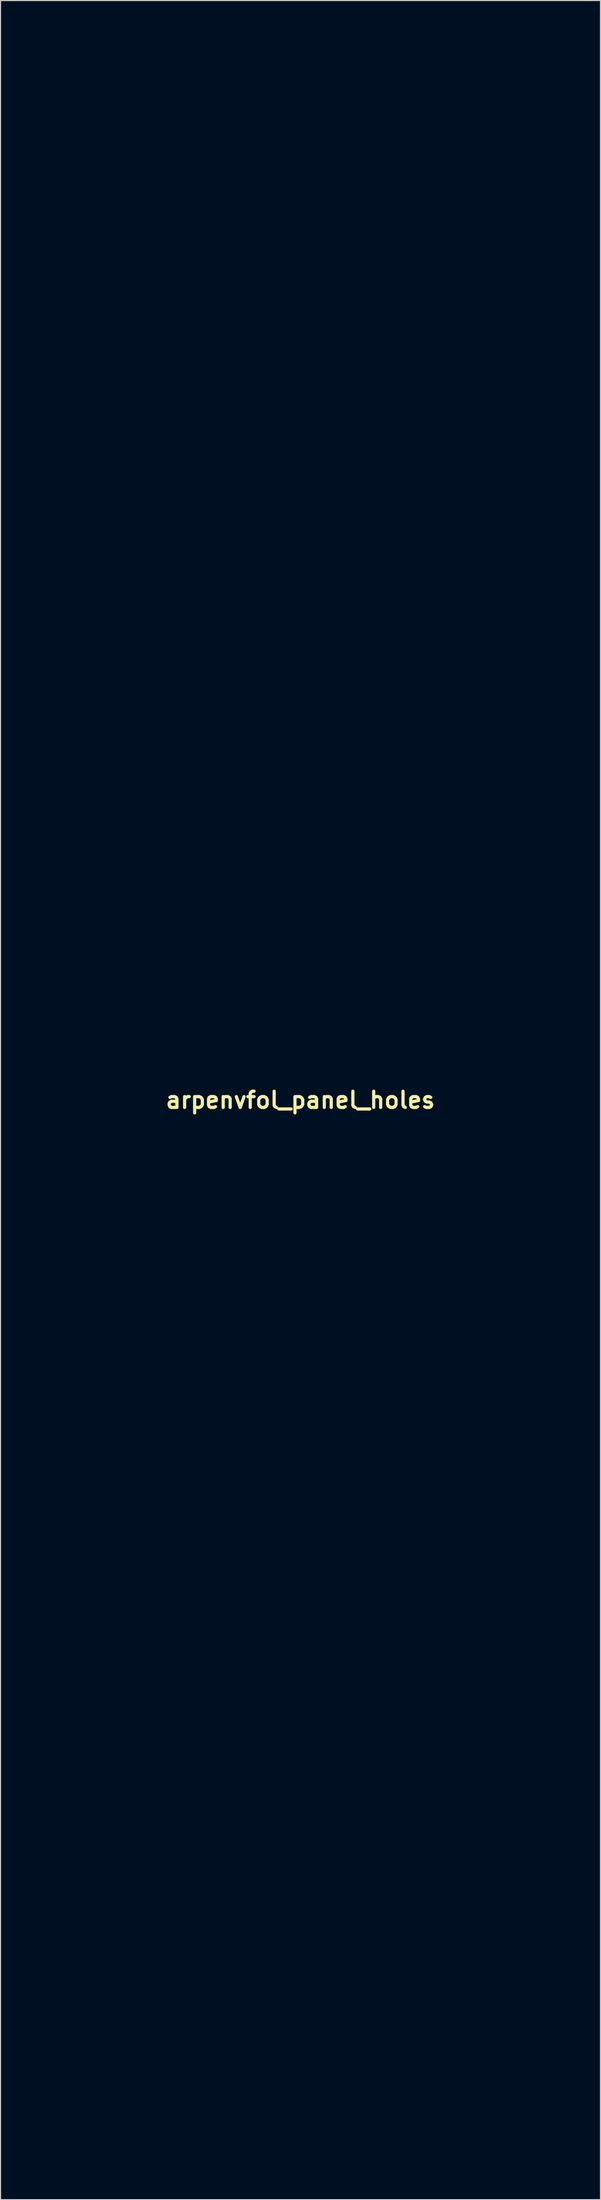
<source format=kicad_pcb>
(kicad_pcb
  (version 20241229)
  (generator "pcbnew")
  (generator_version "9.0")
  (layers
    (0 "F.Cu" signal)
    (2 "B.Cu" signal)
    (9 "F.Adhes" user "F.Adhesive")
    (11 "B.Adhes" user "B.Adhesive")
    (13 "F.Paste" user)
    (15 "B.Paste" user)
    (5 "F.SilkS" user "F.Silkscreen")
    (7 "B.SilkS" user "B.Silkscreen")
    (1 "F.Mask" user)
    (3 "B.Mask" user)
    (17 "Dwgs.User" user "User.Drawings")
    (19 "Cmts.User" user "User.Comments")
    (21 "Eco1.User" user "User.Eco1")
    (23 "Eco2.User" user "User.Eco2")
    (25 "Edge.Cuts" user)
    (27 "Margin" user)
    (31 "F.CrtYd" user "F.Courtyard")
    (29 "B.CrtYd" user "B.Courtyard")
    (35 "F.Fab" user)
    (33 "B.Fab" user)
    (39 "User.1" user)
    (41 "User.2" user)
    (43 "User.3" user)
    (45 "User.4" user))
  (footprint "arpenvfol_panel_holes"
    (layer "F.Cu")
    (at 25.196 100.277)
    (property "Reference" "arpenvfol_panel_holes" (at 0 0 0) (layer "F.SilkS") (effects (font (size 1.524 1.524) (thickness 0.3))))
    (attr board_only exclude_from_pos_files exclude_from_bom)
    (fp_poly (pts (xy -11.167 26.659) (xy -11.086 26.69) (xy -10.982 26.767) (xy -10.914 26.868) (xy -10.883 26.983) (xy -10.888 27.101) (xy -10.929 27.211) (xy -11.007 27.305) (xy -11.092 27.359) (xy -11.191 27.396) (xy -11.27 27.404) (xy -11.352 27.381) (xy -11.415 27.351) (xy -11.521 27.272) (xy -11.589 27.17) (xy -11.618 27.054) (xy -11.615 27.011) (xy -11.505 27.011) (xy -11.263 27.03) (xy -11.259 27.162) (xy -11.254 27.294) (xy -11.245 27.161) (xy -11.235 27.027) (xy -10.996 27.018) (xy -11.238 26.999) (xy -11.243 26.88) (xy -11.247 26.76) (xy -11.257 26.881) (xy -11.266 27.002) (xy -11.505 27.011) (xy -11.615 27.011) (xy -11.609 26.936) (xy -11.561 26.825) (xy -11.475 26.731) (xy -11.416 26.693) (xy -11.291 26.651)) (stroke (width 0.1) (type solid)) (fill no) (layer "Eco1.User"))
    (fp_poly (pts (xy -13.627 26.679) (xy -13.614 26.683) (xy -13.506 26.748) (xy -13.43 26.843) (xy -13.387 26.955) (xy -13.382 27.075) (xy -13.419 27.189) (xy -13.443 27.227) (xy -13.54 27.323) (xy -13.654 27.383) (xy -13.773 27.403) (xy -13.882 27.381) (xy -13.996 27.31) (xy -14.075 27.212) (xy -14.117 27.097) (xy -14.119 27.009) (xy -13.997 27.009) (xy -13.882 27.025) (xy -13.812 27.036) (xy -13.777 27.057) (xy -13.762 27.102) (xy -13.756 27.154) (xy -13.744 27.269) (xy -13.736 27.148) (xy -13.727 27.027) (xy -13.608 27.023) (xy -13.488 27.018) (xy -13.609 27.009) (xy -13.73 26.999) (xy -13.734 26.88) (xy -13.739 26.76) (xy -13.748 26.881) (xy -13.758 27.002) (xy -13.877 27.006) (xy -13.997 27.009) (xy -14.119 27.009) (xy -14.12 26.976) (xy -14.082 26.859) (xy -14.002 26.756) (xy -13.997 26.751) (xy -13.882 26.677) (xy -13.76 26.653)) (stroke (width 0.1) (type solid)) (fill no) (layer "Eco1.User"))
    (fp_poly (pts (xy -20.377 95.492) (xy -20.111 95.494) (xy -19.855 95.496) (xy -19.615 95.5) (xy -19.397 95.504) (xy -19.205 95.51) (xy -19.045 95.516) (xy -18.923 95.524) (xy -18.844 95.533) (xy -18.828 95.536) (xy -18.563 95.629) (xy -18.321 95.765) (xy -18.105 95.939) (xy -17.922 96.146) (xy -17.775 96.381) (xy -17.67 96.639) (xy -17.653 96.7) (xy -17.618 96.903) (xy -17.611 97.127) (xy -17.631 97.354) (xy -17.677 97.561) (xy -17.681 97.576) (xy -17.791 97.836) (xy -17.942 98.069) (xy -18.128 98.271) (xy -18.347 98.439) (xy -18.593 98.567) (xy -18.863 98.654) (xy -18.97 98.675) (xy -19.027 98.68) (xy -19.129 98.684) (xy -19.27 98.688) (xy -19.445 98.691) (xy -19.649 98.694) (xy -19.874 98.696) (xy -20.116 98.697) (xy -20.37 98.698) (xy -20.628 98.698) (xy -20.887 98.698) (xy -21.139 98.697) (xy -21.38 98.696) (xy -21.603 98.693) (xy -21.803 98.691) (xy -21.975 98.687) (xy -22.112 98.684) (xy -22.209 98.679) (xy -22.258 98.675) (xy -22.528 98.605) (xy -22.78 98.492) (xy -23.007 98.34) (xy -23.204 98.153) (xy -23.366 97.936) (xy -23.434 97.812) (xy -23.514 97.631) (xy -23.566 97.469) (xy -23.595 97.306) (xy -23.606 97.122) (xy -23.606 97.074) (xy -23.581 96.802) (xy -23.51 96.542) (xy -23.397 96.299) (xy -23.246 96.079) (xy -23.062 95.886) (xy -22.848 95.727) (xy -22.609 95.605) (xy -22.386 95.535) (xy -22.321 95.526) (xy -22.211 95.518) (xy -22.062 95.511) (xy -21.879 95.506) (xy -21.667 95.501) (xy -21.433 95.497) (xy -21.181 95.494) (xy -20.918 95.493) (xy -20.648 95.492)) (stroke (width 0.1) (type solid)) (fill no) (layer "Eco1.User"))
    (fp_poly (pts (xy 21.003 95.497) (xy 21.336 95.498) (xy 21.62 95.5) (xy 21.858 95.503) (xy 22.05 95.507) (xy 22.198 95.512) (xy 22.303 95.517) (xy 22.367 95.524) (xy 22.376 95.525) (xy 22.627 95.603) (xy 22.865 95.726) (xy 23.084 95.888) (xy 23.275 96.084) (xy 23.402 96.261) (xy 23.526 96.507) (xy 23.602 96.771) (xy 23.63 97.051) (xy 23.63 97.062) (xy 23.625 97.255) (xy 23.603 97.42) (xy 23.56 97.577) (xy 23.49 97.747) (xy 23.46 97.812) (xy 23.322 98.039) (xy 23.143 98.242) (xy 22.929 98.415) (xy 22.686 98.554) (xy 22.451 98.644) (xy 22.417 98.652) (xy 22.376 98.66) (xy 22.323 98.666) (xy 22.255 98.672) (xy 22.167 98.676) (xy 22.056 98.68) (xy 21.918 98.683) (xy 21.748 98.685) (xy 21.542 98.687) (xy 21.297 98.689) (xy 21.009 98.69) (xy 20.709 98.691) (xy 20.424 98.692) (xy 20.151 98.692) (xy 19.895 98.691) (xy 19.66 98.69) (xy 19.452 98.688) (xy 19.275 98.685) (xy 19.133 98.682) (xy 19.033 98.678) (xy 18.977 98.674) (xy 18.974 98.674) (xy 18.703 98.602) (xy 18.451 98.487) (xy 18.224 98.331) (xy 18.026 98.139) (xy 17.863 97.916) (xy 17.739 97.666) (xy 17.707 97.576) (xy 17.659 97.37) (xy 17.637 97.144) (xy 17.642 96.919) (xy 17.675 96.714) (xy 17.678 96.7) (xy 17.772 96.439) (xy 17.909 96.198) (xy 18.084 95.984) (xy 18.291 95.803) (xy 18.522 95.662) (xy 18.588 95.63) (xy 18.647 95.602) (xy 18.705 95.579) (xy 18.764 95.559) (xy 18.83 95.543) (xy 18.906 95.53) (xy 18.997 95.519) (xy 19.107 95.511) (xy 19.24 95.506) (xy 19.4 95.502) (xy 19.592 95.499) (xy 19.819 95.498) (xy 20.086 95.497) (xy 20.397 95.497) (xy 20.621 95.497)) (stroke (width 0.1) (type solid)) (fill no) (layer "Eco1.User"))
    (fp_poly (pts (xy 20.367 -98.697) (xy 20.707 -98.695) (xy 20.749 -98.695) (xy 21.08 -98.693) (xy 21.365 -98.691) (xy 21.608 -98.689) (xy 21.812 -98.686) (xy 21.984 -98.682) (xy 22.126 -98.677) (xy 22.243 -98.669) (xy 22.34 -98.66) (xy 22.421 -98.647) (xy 22.49 -98.631) (xy 22.552 -98.612) (xy 22.61 -98.589) (xy 22.67 -98.562) (xy 22.736 -98.529) (xy 22.781 -98.507) (xy 22.982 -98.383) (xy 23.169 -98.218) (xy 23.332 -98.025) (xy 23.458 -97.815) (xy 23.46 -97.812) (xy 23.539 -97.633) (xy 23.591 -97.473) (xy 23.62 -97.313) (xy 23.63 -97.131) (xy 23.63 -97.062) (xy 23.604 -96.779) (xy 23.531 -96.515) (xy 23.41 -96.271) (xy 23.243 -96.045) (xy 23.051 -95.857) (xy 22.922 -95.764) (xy 22.764 -95.675) (xy 22.594 -95.597) (xy 22.433 -95.541) (xy 22.362 -95.524) (xy 22.309 -95.519) (xy 22.21 -95.514) (xy 22.072 -95.509) (xy 21.9 -95.505) (xy 21.7 -95.501) (xy 21.477 -95.497) (xy 21.236 -95.494) (xy 20.984 -95.492) (xy 20.726 -95.49) (xy 20.468 -95.488) (xy 20.215 -95.488) (xy 19.972 -95.488) (xy 19.746 -95.488) (xy 19.543 -95.49) (xy 19.366 -95.492) (xy 19.224 -95.495) (xy 19.12 -95.499) (xy 19.078 -95.501) (xy 18.81 -95.55) (xy 18.557 -95.644) (xy 18.324 -95.78) (xy 18.116 -95.952) (xy 17.938 -96.157) (xy 17.796 -96.39) (xy 17.693 -96.647) (xy 17.678 -96.7) (xy 17.644 -96.903) (xy 17.637 -97.127) (xy 17.656 -97.354) (xy 17.702 -97.561) (xy 17.707 -97.576) (xy 17.814 -97.828) (xy 17.962 -98.059) (xy 18.145 -98.262) (xy 18.359 -98.431) (xy 18.595 -98.561) (xy 18.693 -98.6) (xy 18.756 -98.62) (xy 18.818 -98.638) (xy 18.884 -98.653) (xy 18.959 -98.666) (xy 19.047 -98.676) (xy 19.151 -98.684) (xy 19.277 -98.69) (xy 19.428 -98.694) (xy 19.608 -98.697) (xy 19.822 -98.698) (xy 20.074 -98.698)) (stroke (width 0.1) (type solid)) (fill no) (layer "Eco1.User"))
    (fp_poly (pts (xy -19.605 -98.697) (xy -19.421 -98.694) (xy -19.267 -98.69) (xy -19.139 -98.685) (xy -19.032 -98.677) (xy -18.943 -98.667) (xy -18.867 -98.655) (xy -18.8 -98.64) (xy -18.737 -98.622) (xy -18.675 -98.602) (xy -18.668 -98.6) (xy -18.424 -98.487) (xy -18.2 -98.333) (xy -18.004 -98.142) (xy -17.842 -97.921) (xy -17.718 -97.677) (xy -17.681 -97.576) (xy -17.633 -97.366) (xy -17.611 -97.136) (xy -17.618 -96.906) (xy -17.654 -96.697) (xy -17.654 -96.696) (xy -17.738 -96.465) (xy -17.862 -96.242) (xy -18.018 -96.036) (xy -18.2 -95.857) (xy -18.398 -95.714) (xy -18.484 -95.667) (xy -18.555 -95.633) (xy -18.618 -95.604) (xy -18.68 -95.579) (xy -18.743 -95.559) (xy -18.813 -95.542) (xy -18.894 -95.528) (xy -18.99 -95.518) (xy -19.106 -95.509) (xy -19.246 -95.503) (xy -19.415 -95.499) (xy -19.617 -95.496) (xy -19.856 -95.494) (xy -20.136 -95.492) (xy -20.463 -95.491) (xy -20.483 -95.491) (xy -20.758 -95.49) (xy -21.019 -95.489) (xy -21.263 -95.489) (xy -21.485 -95.489) (xy -21.679 -95.489) (xy -21.84 -95.489) (xy -21.965 -95.49) (xy -22.048 -95.491) (xy -22.082 -95.492) (xy -22.37 -95.533) (xy -22.638 -95.622) (xy -22.885 -95.756) (xy -23.111 -95.938) (xy -23.161 -95.986) (xy -23.34 -96.204) (xy -23.474 -96.443) (xy -23.562 -96.703) (xy -23.602 -96.98) (xy -23.605 -97.062) (xy -23.6 -97.255) (xy -23.578 -97.42) (xy -23.534 -97.577) (xy -23.465 -97.747) (xy -23.434 -97.812) (xy -23.296 -98.039) (xy -23.118 -98.242) (xy -22.904 -98.415) (xy -22.661 -98.553) (xy -22.425 -98.644) (xy -22.391 -98.653) (xy -22.349 -98.66) (xy -22.294 -98.667) (xy -22.224 -98.672) (xy -22.133 -98.677) (xy -22.018 -98.681) (xy -21.875 -98.684) (xy -21.7 -98.687) (xy -21.488 -98.689) (xy -21.236 -98.692) (xy -20.94 -98.694) (xy -20.724 -98.695) (xy -20.378 -98.697) (xy -20.08 -98.698) (xy -19.823 -98.698)) (stroke (width 0.1) (type solid)) (fill no) (layer "Eco1.User"))
    (fp_poly (pts (xy 0.143 -8.301) (xy 0.355 -8.292) (xy 0.543 -8.275) (xy 0.661 -8.256) (xy 1.069 -8.15) (xy 1.456 -7.999) (xy 1.818 -7.807) (xy 2.153 -7.576) (xy 2.458 -7.31) (xy 2.731 -7.011) (xy 2.968 -6.682) (xy 3.166 -6.327) (xy 3.324 -5.947) (xy 3.437 -5.546) (xy 3.47 -5.381) (xy 3.492 -5.203) (xy 3.504 -4.993) (xy 3.507 -4.768) (xy 3.5 -4.547) (xy 3.483 -4.346) (xy 3.471 -4.258) (xy 3.38 -3.851) (xy 3.244 -3.463) (xy 3.064 -3.095) (xy 2.845 -2.753) (xy 2.589 -2.439) (xy 2.298 -2.156) (xy 1.976 -1.908) (xy 1.625 -1.698) (xy 1.248 -1.529) (xy 1.144 -1.492) (xy 0.872 -1.415) (xy 0.574 -1.357) (xy 0.266 -1.32) (xy -0.036 -1.306) (xy -0.314 -1.318) (xy -0.361 -1.322) (xy -0.776 -1.395) (xy -1.173 -1.513) (xy -1.549 -1.675) (xy -1.901 -1.877) (xy -2.226 -2.118) (xy -2.521 -2.395) (xy -2.783 -2.704) (xy -3.009 -3.044) (xy -3.196 -3.412) (xy -3.342 -3.805) (xy -3.386 -3.96) (xy -3.437 -4.215) (xy -3.47 -4.5) (xy -3.478 -4.678) (xy -2.492 -4.678) (xy -0.127 -4.678) (xy -0.127 -2.314) (xy 0.153 -2.314) (xy 0.153 -4.678) (xy 2.517 -4.678) (xy 2.517 -4.933) (xy 0.153 -4.933) (xy 0.153 -7.297) (xy -0.127 -7.297) (xy -0.127 -4.933) (xy -2.492 -4.933) (xy -2.492 -4.678) (xy -3.478 -4.678) (xy -3.484 -4.795) (xy -3.477 -5.084) (xy -3.45 -5.348) (xy -3.447 -5.368) (xy -3.354 -5.776) (xy -3.216 -6.166) (xy -3.033 -6.534) (xy -2.809 -6.879) (xy -2.546 -7.195) (xy -2.245 -7.482) (xy -1.911 -7.734) (xy -1.543 -7.95) (xy -1.511 -7.966) (xy -1.377 -8.026) (xy -1.209 -8.089) (xy -1.024 -8.151) (xy -0.839 -8.206) (xy -0.67 -8.248) (xy -0.648 -8.253) (xy -0.489 -8.277) (xy -0.294 -8.293) (xy -0.079 -8.301)) (stroke (width 0.1) (type solid)) (fill no) (layer "Eco1.User"))
    (fp_poly (pts (xy 13.024 70.097) (xy 13.512 70.169) (xy 13.984 70.286) (xy 14.437 70.447) (xy 14.868 70.648) (xy 15.277 70.889) (xy 15.659 71.167) (xy 16.013 71.48) (xy 16.337 71.826) (xy 16.627 72.203) (xy 16.882 72.608) (xy 17.098 73.041) (xy 17.275 73.497) (xy 17.408 73.977) (xy 17.48 74.358) (xy 17.503 74.56) (xy 17.517 74.796) (xy 17.522 75.05) (xy 17.518 75.305) (xy 17.506 75.545) (xy 17.484 75.755) (xy 17.481 75.78) (xy 17.383 76.274) (xy 17.239 76.749) (xy 17.053 77.202) (xy 16.825 77.631) (xy 16.558 78.033) (xy 16.254 78.407) (xy 15.917 78.75) (xy 15.547 79.059) (xy 15.148 79.332) (xy 14.721 79.566) (xy 14.269 79.76) (xy 13.795 79.911) (xy 13.507 79.978) (xy 13.177 80.03) (xy 12.817 80.061) (xy 12.445 80.069) (xy 12.217 80.062) (xy 11.738 80.012) (xy 11.265 79.913) (xy 10.801 79.767) (xy 10.351 79.575) (xy 9.919 79.34) (xy 9.51 79.063) (xy 9.211 78.82) (xy 8.861 78.48) (xy 8.547 78.106) (xy 8.27 77.702) (xy 8.034 77.271) (xy 7.839 76.818) (xy 7.689 76.347) (xy 7.584 75.861) (xy 7.55 75.616) (xy 7.535 75.423) (xy 7.529 75.208) (xy 10.015 75.208) (xy 12.382 75.208) (xy 12.382 77.573) (xy 12.662 77.573) (xy 12.662 75.208) (xy 15.026 75.208) (xy 15.026 74.929) (xy 12.662 74.929) (xy 12.662 72.562) (xy 12.528 72.569) (xy 12.395 72.577) (xy 12.388 73.753) (xy 12.382 74.928) (xy 10.03 74.941) (xy 10.023 75.075) (xy 10.015 75.208) (xy 7.529 75.208) (xy 7.529 75.196) (xy 7.532 74.951) (xy 7.542 74.703) (xy 7.56 74.468) (xy 7.585 74.261) (xy 7.599 74.179) (xy 7.716 73.689) (xy 7.877 73.221) (xy 8.08 72.777) (xy 8.321 72.359) (xy 8.599 71.97) (xy 8.911 71.611) (xy 9.255 71.284) (xy 9.627 70.991) (xy 10.027 70.735) (xy 10.45 70.518) (xy 10.895 70.341) (xy 11.359 70.207) (xy 11.84 70.118) (xy 12.336 70.076) (xy 12.522 70.072)) (stroke (width 0.1) (type solid)) (fill no) (layer "Eco1.User"))
    (fp_poly (pts (xy -12.171 70.08) (xy -11.705 70.131) (xy -11.245 70.227) (xy -10.794 70.366) (xy -10.356 70.548) (xy -9.935 70.773) (xy -9.532 71.042) (xy -9.152 71.353) (xy -8.944 71.552) (xy -8.67 71.852) (xy -8.431 72.158) (xy -8.218 72.486) (xy -8.022 72.849) (xy -7.993 72.907) (xy -7.814 73.32) (xy -7.676 73.738) (xy -7.577 74.174) (xy -7.524 74.533) (xy -7.509 74.715) (xy -7.503 74.933) (xy -7.506 75.171) (xy -7.516 75.413) (xy -7.533 75.645) (xy -7.556 75.851) (xy -7.574 75.959) (xy -7.69 76.449) (xy -7.852 76.918) (xy -8.055 77.364) (xy -8.298 77.785) (xy -8.579 78.177) (xy -8.895 78.539) (xy -9.243 78.869) (xy -9.622 79.164) (xy -10.028 79.422) (xy -10.46 79.641) (xy -10.915 79.818) (xy -11.391 79.951) (xy -11.8 80.026) (xy -11.959 80.043) (xy -12.154 80.054) (xy -12.37 80.06) (xy -12.594 80.061) (xy -12.814 80.056) (xy -13.015 80.046) (xy -13.185 80.031) (xy -13.242 80.023) (xy -13.731 79.923) (xy -14.202 79.777) (xy -14.652 79.587) (xy -15.08 79.356) (xy -15.482 79.087) (xy -15.855 78.781) (xy -16.197 78.441) (xy -16.506 78.07) (xy -16.777 77.669) (xy -17.01 77.242) (xy -17.201 76.79) (xy -17.316 76.434) (xy -17.426 75.949) (xy -17.488 75.46) (xy -17.495 75.208) (xy -15.001 75.208) (xy -12.636 75.208) (xy -12.636 77.573) (xy -12.357 77.573) (xy -12.357 75.208) (xy -9.99 75.208) (xy -9.997 75.075) (xy -10.005 74.941) (xy -12.356 74.928) (xy -12.363 73.753) (xy -12.369 72.577) (xy -12.503 72.569) (xy -12.636 72.562) (xy -12.636 74.929) (xy -15.001 74.929) (xy -15.001 75.208) (xy -17.495 75.208) (xy -17.502 74.972) (xy -17.468 74.488) (xy -17.389 74.012) (xy -17.265 73.546) (xy -17.097 73.095) (xy -16.886 72.662) (xy -16.633 72.249) (xy -16.34 71.861) (xy -16.007 71.501) (xy -15.729 71.25) (xy -15.332 70.948) (xy -14.914 70.691) (xy -14.48 70.478) (xy -14.032 70.31) (xy -13.574 70.187) (xy -13.108 70.107) (xy -12.64 70.071)) (stroke (width 0.1) (type solid)) (fill no) (layer "Eco1.User"))
    (fp_poly (pts (xy -12.353 45.056) (xy -12.123 45.064) (xy -11.917 45.079) (xy -11.8 45.092) (xy -11.302 45.188) (xy -10.824 45.331) (xy -10.365 45.52) (xy -9.928 45.755) (xy -9.514 46.035) (xy -9.125 46.359) (xy -8.962 46.515) (xy -8.621 46.891) (xy -8.324 47.293) (xy -8.07 47.722) (xy -7.86 48.175) (xy -7.695 48.651) (xy -7.576 49.148) (xy -7.574 49.159) (xy -7.546 49.348) (xy -7.525 49.572) (xy -7.51 49.815) (xy -7.504 50.062) (xy -7.506 50.296) (xy -7.517 50.504) (xy -7.523 50.567) (xy -7.603 51.069) (xy -7.73 51.555) (xy -7.904 52.023) (xy -8.122 52.469) (xy -8.385 52.892) (xy -8.69 53.288) (xy -8.945 53.566) (xy -9.315 53.904) (xy -9.714 54.202) (xy -10.139 54.458) (xy -10.585 54.671) (xy -11.05 54.838) (xy -11.531 54.957) (xy -11.837 55.008) (xy -12.037 55.027) (xy -12.269 55.039) (xy -12.516 55.042) (xy -12.762 55.038) (xy -12.99 55.026) (xy -13.178 55.007) (xy -13.666 54.916) (xy -14.135 54.779) (xy -14.583 54.598) (xy -15.008 54.378) (xy -15.409 54.119) (xy -15.781 53.824) (xy -16.123 53.496) (xy -16.434 53.138) (xy -16.709 52.751) (xy -16.947 52.339) (xy -17.146 51.904) (xy -17.303 51.448) (xy -17.416 50.975) (xy -17.483 50.485) (xy -17.49 50.389) (xy -17.494 50.19) (xy -15.001 50.19) (xy -12.636 50.19) (xy -12.636 52.557) (xy -12.503 52.549) (xy -12.369 52.542) (xy -12.356 50.19) (xy -10.005 50.177) (xy -9.997 50.044) (xy -9.99 49.91) (xy -12.357 49.91) (xy -12.357 47.546) (xy -12.636 47.546) (xy -12.636 49.91) (xy -15.001 49.91) (xy -15.001 50.19) (xy -17.494 50.19) (xy -17.499 49.888) (xy -17.459 49.397) (xy -17.374 48.92) (xy -17.244 48.459) (xy -17.072 48.015) (xy -16.86 47.593) (xy -16.61 47.194) (xy -16.325 46.821) (xy -16.005 46.476) (xy -15.653 46.161) (xy -15.271 45.881) (xy -14.862 45.636) (xy -14.427 45.429) (xy -13.967 45.263) (xy -13.486 45.141) (xy -13.217 45.094) (xy -13.039 45.074) (xy -12.826 45.061) (xy -12.592 45.055)) (stroke (width 0.1) (type solid)) (fill no) (layer "Eco1.User"))
    (fp_poly (pts (xy 0.216 -58.337) (xy 0.378 -58.332) (xy 0.509 -58.323) (xy 0.619 -58.31) (xy 0.703 -58.294) (xy 1.124 -58.178) (xy 1.525 -58.015) (xy 1.905 -57.805) (xy 1.97 -57.764) (xy 2.096 -57.671) (xy 2.241 -57.548) (xy 2.397 -57.404) (xy 2.552 -57.248) (xy 2.697 -57.092) (xy 2.822 -56.945) (xy 2.917 -56.817) (xy 2.92 -56.813) (xy 3.121 -56.467) (xy 3.288 -56.093) (xy 3.414 -55.705) (xy 3.447 -55.567) (xy 3.472 -55.422) (xy 3.489 -55.24) (xy 3.5 -55.036) (xy 3.504 -54.825) (xy 3.5 -54.619) (xy 3.489 -54.435) (xy 3.474 -54.316) (xy 3.384 -53.903) (xy 3.248 -53.513) (xy 3.066 -53.144) (xy 2.838 -52.796) (xy 2.564 -52.47) (xy 2.482 -52.386) (xy 2.163 -52.1) (xy 1.824 -51.86) (xy 1.463 -51.667) (xy 1.079 -51.519) (xy 0.672 -51.416) (xy 0.587 -51.4) (xy 0.417 -51.379) (xy 0.215 -51.367) (xy -0.002 -51.362) (xy -0.217 -51.367) (xy -0.415 -51.38) (xy -0.572 -51.4) (xy -0.985 -51.497) (xy -1.376 -51.641) (xy -1.746 -51.83) (xy -2.092 -52.065) (xy -2.415 -52.345) (xy -2.457 -52.386) (xy -2.743 -52.706) (xy -2.984 -53.048) (xy -3.178 -53.411) (xy -3.327 -53.796) (xy -3.429 -54.202) (xy -3.449 -54.316) (xy -3.466 -54.474) (xy -3.476 -54.665) (xy -3.477 -54.716) (xy -2.492 -54.716) (xy -0.127 -54.716) (xy -0.127 -52.351) (xy 0.153 -52.351) (xy 0.153 -54.716) (xy 2.517 -54.716) (xy 2.517 -54.995) (xy 0.153 -54.995) (xy 0.153 -57.36) (xy -0.127 -57.36) (xy -0.127 -54.995) (xy -2.492 -54.995) (xy -2.492 -54.716) (xy -3.477 -54.716) (xy -3.478 -54.872) (xy -3.473 -55.083) (xy -3.461 -55.283) (xy -3.441 -55.458) (xy -3.422 -55.567) (xy -3.315 -55.956) (xy -3.177 -56.311) (xy -3.002 -56.64) (xy -2.785 -56.951) (xy -2.524 -57.251) (xy -2.454 -57.323) (xy -2.158 -57.593) (xy -1.855 -57.817) (xy -1.537 -57.999) (xy -1.198 -58.145) (xy -1.084 -58.184) (xy -0.909 -58.238) (xy -0.753 -58.278) (xy -0.603 -58.307) (xy -0.445 -58.325) (xy -0.266 -58.335) (xy -0.052 -58.338) (xy 0.013 -58.339)) (stroke (width 0.1) (type solid)) (fill no) (layer "Eco1.User"))
    (fp_poly (pts (xy 13.257 20.075) (xy 13.54 20.124) (xy 14.014 20.245) (xy 14.473 20.413) (xy 14.911 20.625) (xy 15.327 20.879) (xy 15.716 21.172) (xy 16.076 21.502) (xy 16.403 21.866) (xy 16.695 22.262) (xy 16.948 22.687) (xy 16.996 22.781) (xy 17.2 23.242) (xy 17.355 23.713) (xy 17.46 24.196) (xy 17.516 24.69) (xy 17.523 25.198) (xy 17.516 25.354) (xy 17.461 25.838) (xy 17.358 26.314) (xy 17.21 26.778) (xy 17.017 27.225) (xy 16.783 27.651) (xy 16.51 28.052) (xy 16.2 28.424) (xy 15.854 28.761) (xy 15.767 28.836) (xy 15.358 29.146) (xy 14.929 29.41) (xy 14.481 29.629) (xy 14.017 29.8) (xy 13.539 29.924) (xy 13.048 29.999) (xy 12.548 30.024) (xy 12.491 30.024) (xy 12.345 30.021) (xy 12.197 30.015) (xy 12.064 30.007) (xy 11.975 29.999) (xy 11.483 29.919) (xy 11.006 29.791) (xy 10.547 29.618) (xy 10.109 29.402) (xy 9.694 29.145) (xy 9.307 28.85) (xy 8.949 28.517) (xy 8.623 28.15) (xy 8.334 27.751) (xy 8.083 27.321) (xy 8.011 27.176) (xy 7.826 26.744) (xy 7.688 26.312) (xy 7.593 25.871) (xy 7.54 25.413) (xy 7.531 25.146) (xy 10.018 25.146) (xy 12.382 25.146) (xy 12.382 26.324) (xy 12.383 26.564) (xy 12.384 26.788) (xy 12.385 26.992) (xy 12.388 27.17) (xy 12.39 27.316) (xy 12.394 27.427) (xy 12.397 27.497) (xy 12.4 27.52) (xy 12.435 27.529) (xy 12.5 27.532) (xy 12.534 27.531) (xy 12.649 27.523) (xy 12.662 25.146) (xy 15.026 25.146) (xy 15.026 24.891) (xy 12.662 24.891) (xy 12.662 22.527) (xy 12.382 22.527) (xy 12.382 24.891) (xy 10.018 24.891) (xy 10.018 25.146) (xy 7.531 25.146) (xy 7.526 25.014) (xy 7.551 24.514) (xy 7.623 24.026) (xy 7.743 23.552) (xy 7.907 23.095) (xy 8.114 22.659) (xy 8.363 22.245) (xy 8.651 21.857) (xy 8.976 21.497) (xy 9.338 21.169) (xy 9.734 20.875) (xy 10.162 20.617) (xy 10.33 20.531) (xy 10.796 20.331) (xy 11.272 20.18) (xy 11.759 20.079) (xy 12.253 20.028) (xy 12.753 20.026)) (stroke (width 0.1) (type solid)) (fill no) (layer "Eco1.User"))
    (fp_poly (pts (xy 12.854 45.064) (xy 13.116 45.083) (xy 13.354 45.111) (xy 13.518 45.14) (xy 13.937 45.246) (xy 14.329 45.38) (xy 14.709 45.547) (xy 15.154 45.794) (xy 15.568 46.078) (xy 15.947 46.398) (xy 16.29 46.751) (xy 16.595 47.135) (xy 16.861 47.547) (xy 17.085 47.985) (xy 17.267 48.446) (xy 17.404 48.929) (xy 17.481 49.338) (xy 17.503 49.542) (xy 17.517 49.78) (xy 17.522 50.034) (xy 17.518 50.289) (xy 17.505 50.528) (xy 17.484 50.736) (xy 17.48 50.761) (xy 17.381 51.256) (xy 17.236 51.73) (xy 17.049 52.183) (xy 16.822 52.611) (xy 16.556 53.012) (xy 16.254 53.385) (xy 15.919 53.726) (xy 15.553 54.033) (xy 15.158 54.304) (xy 14.736 54.537) (xy 14.29 54.73) (xy 13.822 54.88) (xy 13.335 54.985) (xy 13.175 55.008) (xy 12.934 55.031) (xy 12.663 55.042) (xy 12.381 55.041) (xy 12.106 55.029) (xy 11.856 55.005) (xy 11.785 54.995) (xy 11.284 54.893) (xy 10.804 54.745) (xy 10.345 54.551) (xy 9.91 54.313) (xy 9.499 54.032) (xy 9.116 53.707) (xy 9.005 53.6) (xy 8.727 53.303) (xy 8.485 53) (xy 8.27 52.677) (xy 8.073 52.321) (xy 8.018 52.211) (xy 7.829 51.773) (xy 7.687 51.332) (xy 7.59 50.882) (xy 7.538 50.415) (xy 7.526 50.046) (xy 7.532 49.91) (xy 10.015 49.91) (xy 10.023 50.044) (xy 10.03 50.177) (xy 11.206 50.184) (xy 12.382 50.19) (xy 12.382 51.355) (xy 12.383 51.594) (xy 12.384 51.817) (xy 12.385 52.019) (xy 12.387 52.195) (xy 12.39 52.34) (xy 12.393 52.449) (xy 12.396 52.516) (xy 12.399 52.537) (xy 12.433 52.547) (xy 12.498 52.553) (xy 12.539 52.554) (xy 12.662 52.554) (xy 12.662 50.19) (xy 15.026 50.19) (xy 15.026 49.91) (xy 12.662 49.91) (xy 12.662 47.546) (xy 12.382 47.546) (xy 12.382 49.91) (xy 10.015 49.91) (xy 7.532 49.91) (xy 7.55 49.537) (xy 7.623 49.044) (xy 7.744 48.566) (xy 7.914 48.103) (xy 8.133 47.654) (xy 8.364 47.274) (xy 8.663 46.869) (xy 8.997 46.5) (xy 9.364 46.169) (xy 9.761 45.877) (xy 10.185 45.626) (xy 10.634 45.417) (xy 11.107 45.252) (xy 11.6 45.132) (xy 11.848 45.09) (xy 12.064 45.068) (xy 12.313 45.056) (xy 12.581 45.055)) (stroke (width 0.1) (type solid)) (fill no) (layer "Eco1.User"))
    (fp_poly (pts (xy 25.171 100.227) (xy -25.146 100.227) (xy -25.146 47.954) (xy -24.887 47.954) (xy -24.887 49.803) (xy -24.887 51.627) (xy -24.887 53.426) (xy -24.887 55.2) (xy -24.887 56.948) (xy -24.887 58.67) (xy -24.887 60.364) (xy -24.887 62.031) (xy -24.887 63.67) (xy -24.887 65.28) (xy -24.886 66.861) (xy -24.886 68.412) (xy -24.886 69.932) (xy -24.886 71.422) (xy -24.886 72.881) (xy -24.886 74.308) (xy -24.886 75.702) (xy -24.886 77.063) (xy -24.886 78.391) (xy -24.886 79.684) (xy -24.886 80.943) (xy -24.885 82.167) (xy -24.885 83.355) (xy -24.885 84.507) (xy -24.885 85.622) (xy -24.885 86.699) (xy -24.885 87.739) (xy -24.885 88.74) (xy -24.884 89.702) (xy -24.884 90.625) (xy -24.884 91.507) (xy -24.884 92.349) (xy -24.884 93.15) (xy -24.883 93.909) (xy -24.883 94.626) (xy -24.883 95.3) (xy -24.883 95.931) (xy -24.883 96.518) (xy -24.882 97.06) (xy -24.882 97.558) (xy -24.882 98.01) (xy -24.882 98.416) (xy -24.881 98.775) (xy -24.881 99.087) (xy -24.881 99.352) (xy -24.881 99.568) (xy -24.88 99.736) (xy -24.88 99.854) (xy -24.88 99.922) (xy -24.88 99.941) (xy -24.87 99.943) (xy -24.843 99.945) (xy -24.797 99.946) (xy -24.732 99.948) (xy -24.647 99.949) (xy -24.54 99.951) (xy -24.412 99.952) (xy -24.261 99.953) (xy -24.087 99.955) (xy -23.888 99.956) (xy -23.664 99.957) (xy -23.415 99.958) (xy -23.138 99.959) (xy -22.835 99.96) (xy -22.502 99.961) (xy -22.141 99.962) (xy -21.75 99.963) (xy -21.328 99.963) (xy -20.875 99.964) (xy -20.389 99.965) (xy -19.87 99.965) (xy -19.317 99.966) (xy -18.73 99.966) (xy -18.106 99.967) (xy -17.447 99.967) (xy -16.75 99.967) (xy -16.015 99.968) (xy -15.242 99.968) (xy -14.429 99.968) (xy -13.575 99.968) (xy -12.68 99.968) (xy -11.743 99.968) (xy -10.764 99.968) (xy -9.741 99.968) (xy -8.673 99.968) (xy -7.56 99.968) (xy -6.401 99.968) (xy -5.195 99.968) (xy -3.941 99.967) (xy -2.639 99.967) (xy -1.288 99.967) (xy 0.018 99.966) (xy 24.904 99.96) (xy 24.904 -99.96) (xy -24.879 -99.96) (xy -24.885 -0.025) (xy -24.885 2.233) (xy -24.886 4.479) (xy -24.886 6.713) (xy -24.886 8.933) (xy -24.886 11.141) (xy -24.886 13.334) (xy -24.886 15.513) (xy -24.886 17.677) (xy -24.886 19.825) (xy -24.886 21.957) (xy -24.886 24.072) (xy -24.887 26.17) (xy -24.887 28.251) (xy -24.887 30.312) (xy -24.887 32.355) (xy -24.887 34.379) (xy -24.887 36.383) (xy -24.887 38.366) (xy -24.887 40.328) (xy -24.887 42.268) (xy -24.887 44.186) (xy -24.887 46.082) (xy -24.887 47.954) (xy -25.146 47.954) (xy -25.146 -100.227) (xy 25.171 -100.227)) (stroke (width 0.1) (type solid)) (fill no) (layer "Eco1.User")))
  (gr_rect
    (start -3 -3)
    (end 53.417 203.554)
    (stroke (width 0.1) (type default))
    (fill no)
    (layer "Edge.Cuts")))
</source>
